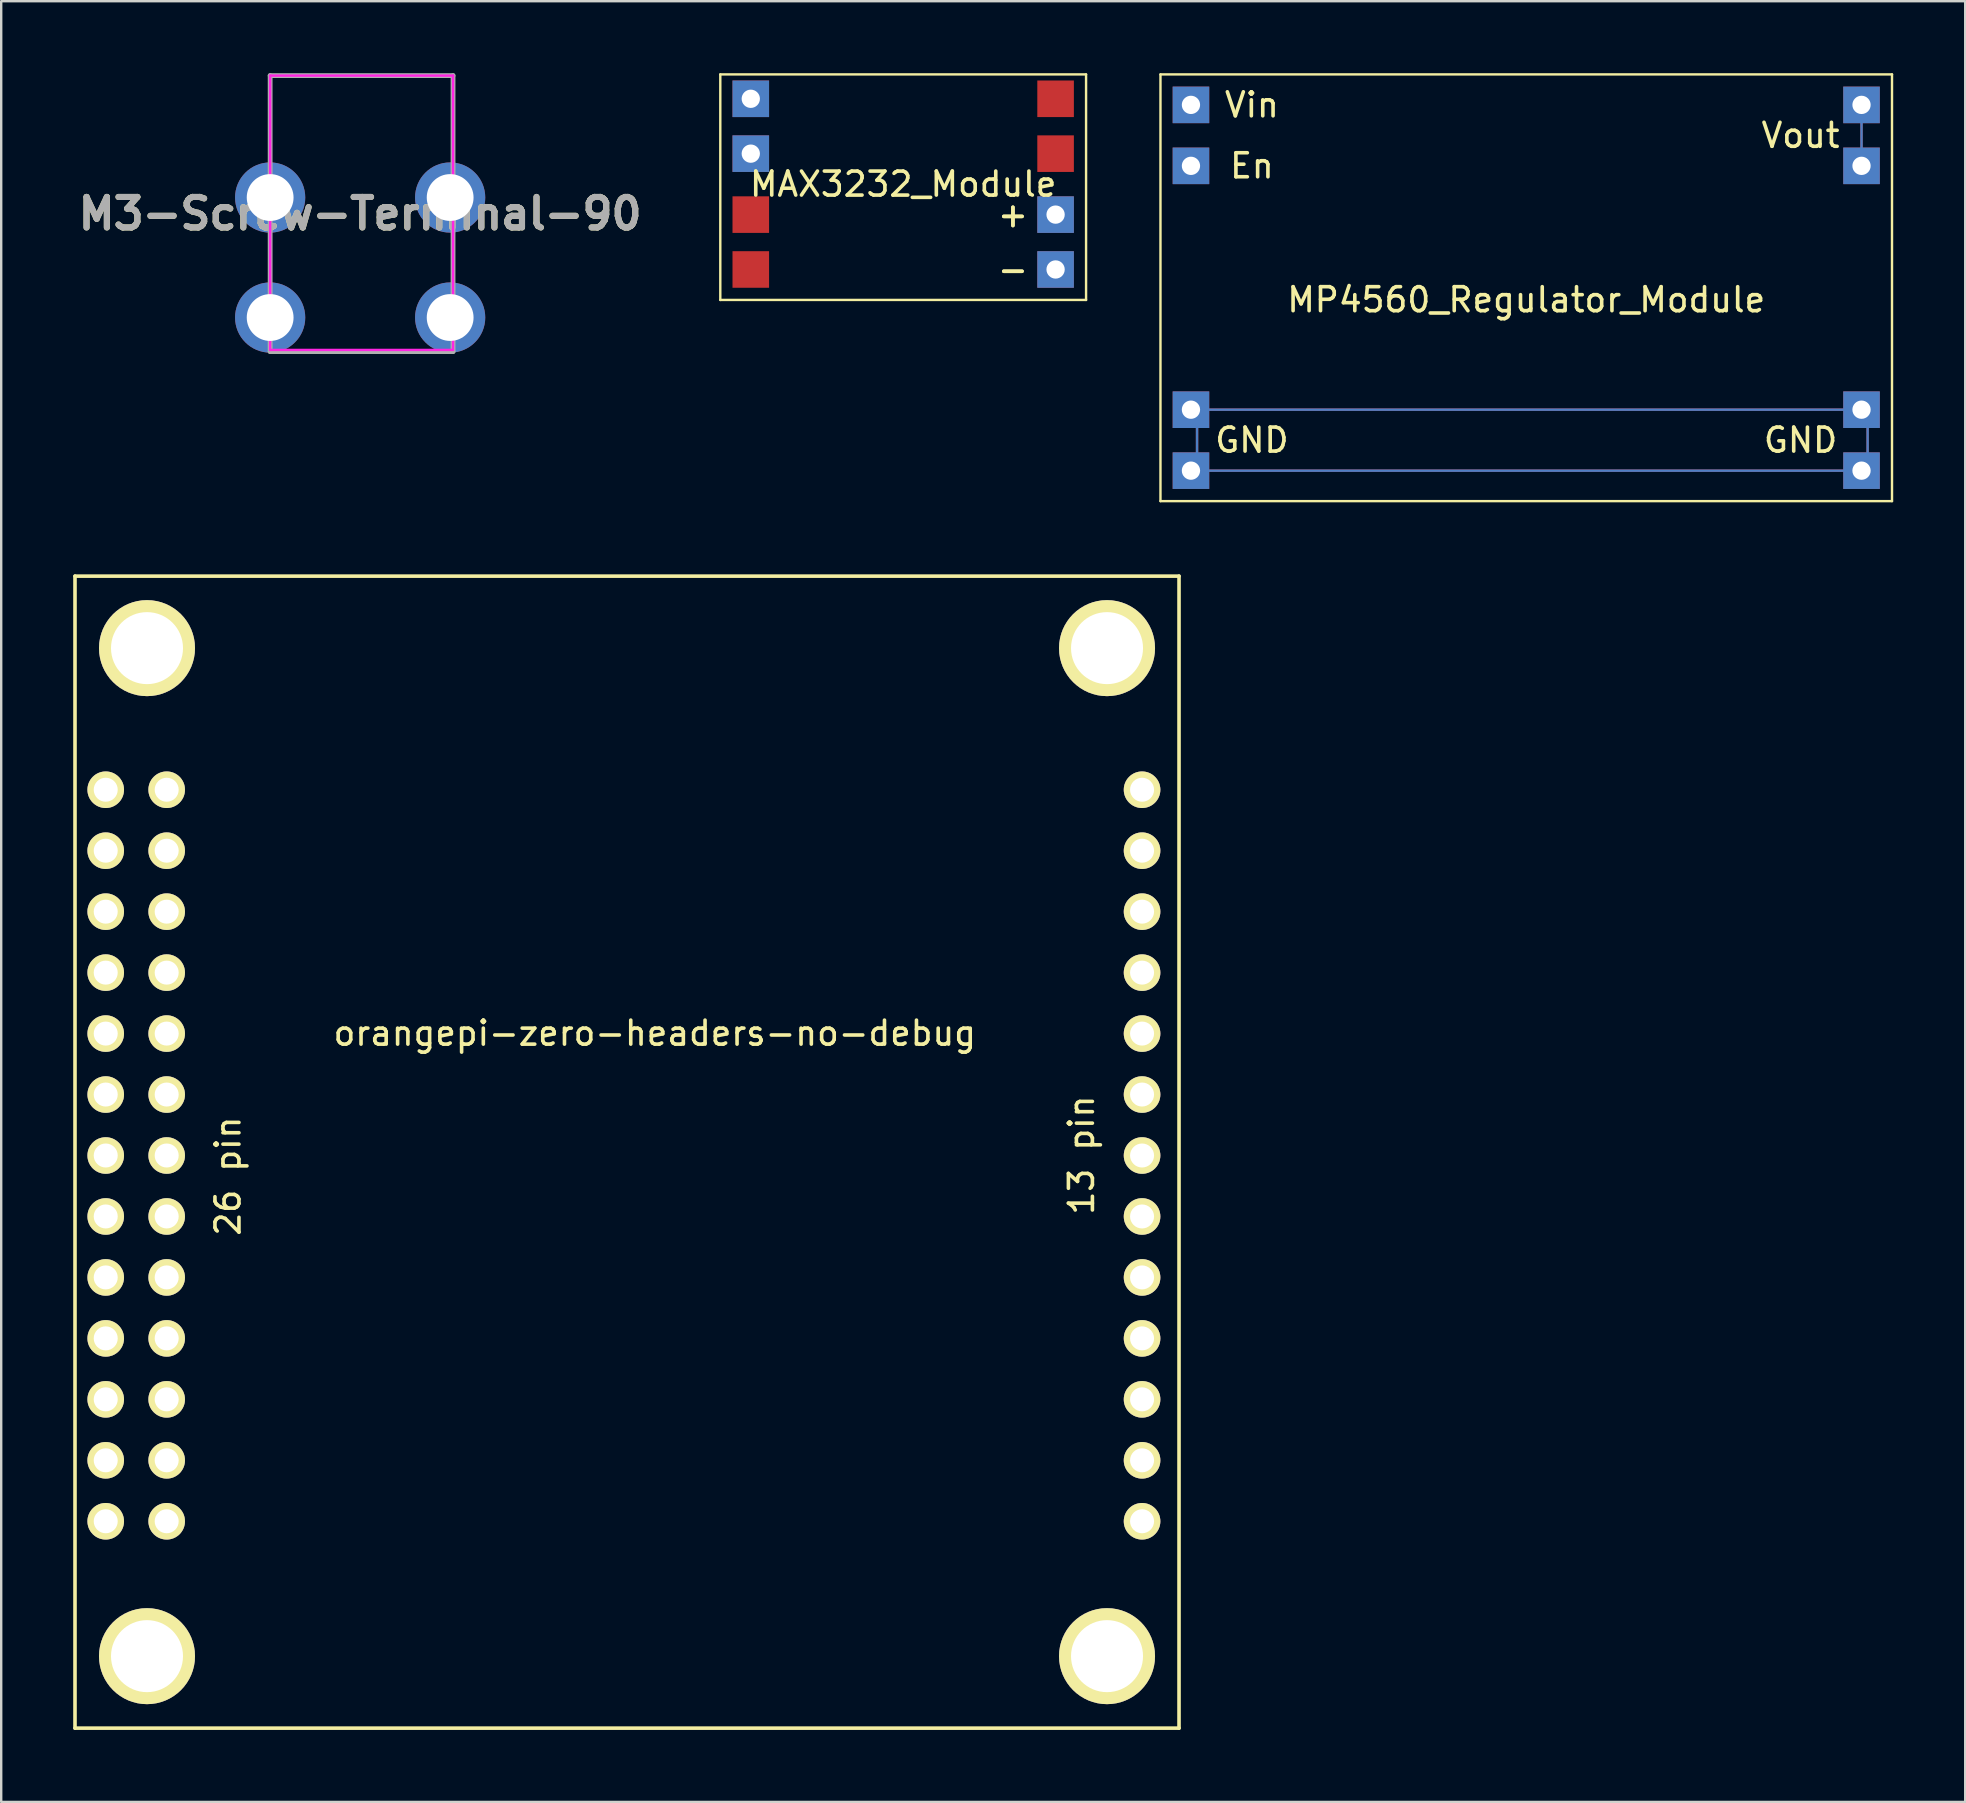
<source format=kicad_pcb>
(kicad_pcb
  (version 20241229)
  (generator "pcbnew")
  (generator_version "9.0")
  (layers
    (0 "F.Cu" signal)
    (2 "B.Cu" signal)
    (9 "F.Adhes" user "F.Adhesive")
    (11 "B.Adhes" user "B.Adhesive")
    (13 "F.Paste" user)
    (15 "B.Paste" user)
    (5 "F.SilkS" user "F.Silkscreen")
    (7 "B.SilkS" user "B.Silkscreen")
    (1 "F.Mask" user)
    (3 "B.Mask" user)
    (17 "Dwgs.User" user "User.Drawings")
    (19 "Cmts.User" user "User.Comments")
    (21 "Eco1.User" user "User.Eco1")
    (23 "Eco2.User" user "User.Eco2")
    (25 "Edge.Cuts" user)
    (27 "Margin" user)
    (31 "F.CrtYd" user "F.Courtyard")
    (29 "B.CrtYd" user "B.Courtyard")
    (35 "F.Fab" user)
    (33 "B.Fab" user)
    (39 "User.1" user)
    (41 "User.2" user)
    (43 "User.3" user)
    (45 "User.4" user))
  (footprint "MAX3232_Module"
    (layer "F.Cu")
    (at 28.232 4.622)
    (property "Reference" "MAX3232_Module" (at 6.35 0 180) (layer "F.SilkS") (effects (font (size 1 1) (thickness 0.15))))
    (attr through_hole)
    (fp_line (start -1.27 -4.572) (end -1.27 4.826) (stroke (width 0.1) (type solid)) (layer "F.SilkS"))
    (fp_line (start -1.27 4.826) (end 13.97 4.826) (stroke (width 0.1) (type solid)) (layer "F.SilkS"))
    (fp_line (start 13.97 -4.572) (end -1.27 -4.572) (stroke (width 0.1) (type solid)) (layer "F.SilkS"))
    (fp_line (start 13.97 4.826) (end 13.97 -4.572) (stroke (width 0.1) (type solid)) (layer "F.SilkS"))
    (fp_text user "-" (at 10.922 3.556 0) (layer "F.SilkS") (effects (font (size 1 1) (thickness 0.15))))
    (fp_text user "-" (at 10.922 3.556 180) (layer "F.SilkS") (effects (font (size 1 1) (thickness 0.15))))
    (fp_text user "+" (at 10.922 1.27 180) (layer "F.SilkS") (effects (font (size 1 1) (thickness 0.15))))
    (fp_text user "+" (at 10.922 1.27 0) (layer "F.SilkS") (effects (font (size 1 1) (thickness 0.15))))
    (pad "1" thru_hole rect (at 0 -3.556) (size 1.524 1.524) (drill 0.762) (layers "*.Cu" "*.Mask"))
    (pad "2" thru_hole rect (at 0 -1.27) (size 1.524 1.524) (drill 0.762) (layers "*.Cu" "*.Mask"))
    (pad "3" connect rect (at 0 1.27) (size 1.524 1.524) (layers "F.Cu" "F.Mask"))
    (pad "4" connect rect (at 0 3.556) (size 1.524 1.524) (layers "F.Cu" "F.Mask"))
    (pad "5" thru_hole rect (at 12.7 3.556) (size 1.524 1.524) (drill 0.762) (layers "*.Cu" "*.Mask"))
    (pad "6" thru_hole rect (at 12.7 1.27) (size 1.524 1.524) (drill 0.762) (layers "*.Cu" "*.Mask"))
    (pad "7" connect rect (at 12.7 -1.27) (size 1.524 1.524) (layers "F.Cu" "F.Mask"))
    (pad "8" connect rect (at 12.7 -3.556) (size 1.524 1.524) (layers "F.Cu" "F.Mask")))
  (footprint "MP4560_Regulator_Module"
    (layer "F.Cu")
    (at 46.572 1.32)
    (property "Reference" "MP4560_Regulator_Module" (at 13.97 8.12 180) (layer "F.SilkS") (effects (font (size 1 1) (thickness 0.15))))
    (attr through_hole)
    (fp_line (start -1.27 -1.27) (end -1.27 16.51) (stroke (width 0.1) (type solid)) (layer "F.SilkS"))
    (fp_line (start -1.27 16.51) (end 29.21 16.51) (stroke (width 0.1) (type solid)) (layer "F.SilkS"))
    (fp_line (start 29.21 -1.27) (end -1.27 -1.27) (stroke (width 0.1) (type solid)) (layer "F.SilkS"))
    (fp_line (start 29.21 16.51) (end 29.21 -1.27) (stroke (width 0.1) (type solid)) (layer "F.SilkS"))
    (fp_text user "En" (at 2.54 2.54 180) (layer "F.SilkS") (effects (font (size 1 1) (thickness 0.15))))
    (fp_text user "GND" (at 25.4 13.97 0) (layer "F.SilkS") (effects (font (size 1 1) (thickness 0.15))))
    (fp_text user "Vin" (at 2.54 0 180) (layer "F.SilkS") (effects (font (size 1 1) (thickness 0.15))))
    (fp_text user "Vout" (at 25.4 1.27 180) (layer "F.SilkS") (effects (font (size 1 1) (thickness 0.15))))
    (fp_text user "GND" (at 2.54 13.97 180) (layer "F.SilkS") (effects (font (size 1 1) (thickness 0.15))))
    (pad "1" thru_hole rect (at 0 0) (size 1.524 1.524) (drill 0.762) (layers "*.Cu" "*.Mask"))
    (pad "2" thru_hole rect (at 0 2.54) (size 1.524 1.524) (drill 0.762) (layers "*.Cu" "*.Mask"))
    (pad "3" thru_hole custom (at 0 12.7) (size 1.524 1.524) (drill 0.762) (layers "*.Mask" "F.Cu") (options (anchor rect)) (primitives (gr_line (start 28.194 0) (end 0.254 0) (width 0.1)) (gr_line (start 28.194 0) (end 28.194 2.54) (width 0.1)) (gr_line (start 28.194 2.54) (end 0.254 2.54) (width 0.1)) (gr_line (start 0.254 2.54) (end 0.254 0) (width 0.1))))
    (pad "4" thru_hole rect (at 0 15.24) (size 1.524 1.524) (drill 0.762) (layers "*.Cu" "*.Mask"))
    (pad "5" thru_hole rect (at 27.94 15.24) (size 1.524 1.524) (drill 0.762) (layers "*.Cu" "*.Mask"))
    (pad "6" thru_hole rect (at 27.94 12.7) (size 1.524 1.524) (drill 0.762) (layers "*.Cu" "*.Mask"))
    (pad "7" thru_hole rect (at 27.94 2.54) (size 1.524 1.524) (drill 0.762) (layers "*.Cu" "*.Mask"))
    (pad "8" thru_hole custom (at 27.94 0) (size 1.524 1.524) (drill 0.762) (layers "*.Cu" "*.Mask") (options (anchor rect)) (primitives (gr_line (start 0 2.54) (end 0 0) (width 0.1)))))
  (footprint "M3-Screw-Terminal-90"
    (layer "F.Cu")
    (at 8.206 5.18)
    (property "Reference" "M3-Screw-Terminal-90" (at 3.75 0.672 180) (layer "F.SilkS") (effects (font (size 1.27 1.27) (thickness 0.254))))
    (attr through_hole)
    (fp_line (start 0 -5.08) (end 7.62 -5.08) (stroke (width 0.1) (type solid)) (layer "F.SilkS"))
    (fp_line (start 0 -2.08) (end 0 -5.08) (stroke (width 0.1) (type solid)) (layer "F.SilkS"))
    (fp_line (start 0 1.92) (end 0 2.92) (stroke (width 0.1) (type solid)) (layer "F.SilkS"))
    (fp_line (start 1.25 6.42) (end 6.25 6.42) (stroke (width 0.1) (type solid)) (layer "F.SilkS"))
    (fp_line (start 7.62 -5.08) (end 7.62 -2.08) (stroke (width 0.1) (type solid)) (layer "F.SilkS"))
    (fp_line (start 7.62 1.92) (end 7.62 2.92) (stroke (width 0.1) (type solid)) (layer "F.SilkS"))
    (fp_line (start 0 -5.08) (end 7.62 -5.08) (stroke (width 0.1) (type solid)) (layer "F.CrtYd"))
    (fp_line (start 0 6.35) (end 0 -5.08) (stroke (width 0.1) (type solid)) (layer "F.CrtYd"))
    (fp_line (start 7.62 -5.08) (end 7.62 6.35) (stroke (width 0.1) (type solid)) (layer "F.CrtYd"))
    (fp_line (start 7.62 6.35) (end 0 6.35) (stroke (width 0.1) (type solid)) (layer "F.CrtYd"))
    (fp_line (start 0 -5.08) (end 7.62 -5.08) (stroke (width 0.2) (type solid)) (layer "F.Fab"))
    (fp_line (start 0 6.42) (end 0 -5.08) (stroke (width 0.2) (type solid)) (layer "F.Fab"))
    (fp_line (start 7.62 -5.08) (end 7.62 6.42) (stroke (width 0.2) (type solid)) (layer "F.Fab"))
    (fp_line (start 7.62 6.42) (end 0 6.42) (stroke (width 0.2) (type solid)) (layer "F.Fab"))
    (fp_text user "${REFERENCE}" (at 3.75 0.672 180) (layer "F.Fab") (effects (font (size 1.27 1.27) (thickness 0.254))))
    (pad "1" thru_hole circle (at 0 0) (size 2.925 2.925) (drill 1.95) (layers "*.Cu" "*.Mask"))
    (pad "2" thru_hole circle (at 7.5 0) (size 2.925 2.925) (drill 1.95) (layers "*.Cu" "*.Mask"))
    (pad "3" thru_hole circle (at 0 5) (size 2.925 2.925) (drill 1.95) (layers "*.Cu" "*.Mask"))
    (pad "4" thru_hole circle (at 7.5 5) (size 2.925 2.925) (drill 1.95) (layers "*.Cu" "*.Mask")))
  (footprint "orangepi-zero-headers-no-debug"
    (layer "F.Cu")
    (at 3.911 60.319)
    (property "Reference" "orangepi-zero-headers-no-debug" (at 20.32 -20.32 0) (layer "F.SilkS") (effects (font (size 1 1) (thickness 0.15))))
    (attr through_hole)
    (fp_line (start -3.836 -39.364) (end -3.836 8.636) (stroke (width 0.15) (type solid)) (layer "F.SilkS"))
    (fp_line (start -3.836 8.636) (end 42.164 8.636) (stroke (width 0.15) (type solid)) (layer "F.SilkS"))
    (fp_line (start 42.164 -39.364) (end -3.836 -39.364) (stroke (width 0.15) (type solid)) (layer "F.SilkS"))
    (fp_line (start 42.164 8.636) (end 42.164 -39.364) (stroke (width 0.15) (type solid)) (layer "F.SilkS"))
    (fp_text user "13 pin" (at 38.1 -15.24 90) (layer "F.SilkS") (effects (font (size 1 1) (thickness 0.15))))
    (fp_text user "26 pin" (at 2.54 -14.364 90) (layer "F.SilkS") (effects (font (size 1 1) (thickness 0.15))))
    (pad "" thru_hole circle (at -0.836 -36.364) (size 4 4) (drill 3) (layers "*.Cu" "*.Mask" "F.SilkS"))
    (pad "" thru_hole circle (at -0.836 5.636) (size 4 4) (drill 3) (layers "*.Cu" "*.Mask" "F.SilkS"))
    (pad "" thru_hole circle (at 39.164 -36.364) (size 4 4) (drill 3) (layers "*.Cu" "*.Mask" "F.SilkS"))
    (pad "" thru_hole circle (at 39.164 5.636) (size 4 4) (drill 3) (layers "*.Cu" "*.Mask" "F.SilkS"))
    (pad "1" thru_hole circle (at 40.624 -30.464) (size 1.524 1.524) (drill 1) (layers "*.Cu" "*.Mask" "F.SilkS"))
    (pad "2" thru_hole circle (at 40.624 -27.924) (size 1.524 1.524) (drill 1) (layers "*.Cu" "*.Mask" "F.SilkS"))
    (pad "3" thru_hole circle (at 40.624 -25.384) (size 1.524 1.524) (drill 1) (layers "*.Cu" "*.Mask" "F.SilkS"))
    (pad "4" thru_hole circle (at 40.624 -22.844) (size 1.524 1.524) (drill 1) (layers "*.Cu" "*.Mask" "F.SilkS"))
    (pad "5" thru_hole circle (at 40.624 -20.304) (size 1.524 1.524) (drill 1) (layers "*.Cu" "*.Mask" "F.SilkS"))
    (pad "6" thru_hole circle (at 40.624 -17.764) (size 1.524 1.524) (drill 1) (layers "*.Cu" "*.Mask" "F.SilkS"))
    (pad "7" thru_hole circle (at 40.624 -15.224) (size 1.524 1.524) (drill 1) (layers "*.Cu" "*.Mask" "F.SilkS"))
    (pad "8" thru_hole circle (at 40.624 -12.684) (size 1.524 1.524) (drill 1) (layers "*.Cu" "*.Mask" "F.SilkS"))
    (pad "9" thru_hole circle (at 40.624 -10.144) (size 1.524 1.524) (drill 1) (layers "*.Cu" "*.Mask" "F.SilkS"))
    (pad "10" thru_hole circle (at 40.624 -7.604) (size 1.524 1.524) (drill 1) (layers "*.Cu" "*.Mask" "F.SilkS"))
    (pad "11" thru_hole circle (at 40.624 -5.064) (size 1.524 1.524) (drill 1) (layers "*.Cu" "*.Mask" "F.SilkS"))
    (pad "12" thru_hole circle (at 40.624 -2.524) (size 1.524 1.524) (drill 1) (layers "*.Cu" "*.Mask" "F.SilkS"))
    (pad "13" thru_hole circle (at 40.624 0.016) (size 1.524 1.524) (drill 1) (layers "*.Cu" "*.Mask" "F.SilkS"))
    (pad "101" thru_hole circle (at -2.556 0.016) (size 1.524 1.524) (drill 1) (layers "*.Cu" "*.Mask" "F.SilkS"))
    (pad "102" thru_hole circle (at -0.016 0.016) (size 1.524 1.524) (drill 1) (layers "*.Cu" "*.Mask" "F.SilkS"))
    (pad "103" thru_hole circle (at -2.556 -2.524) (size 1.524 1.524) (drill 1) (layers "*.Cu" "*.Mask" "F.SilkS"))
    (pad "104" thru_hole circle (at -0.016 -2.524) (size 1.524 1.524) (drill 1) (layers "*.Cu" "*.Mask" "F.SilkS"))
    (pad "105" thru_hole circle (at -2.556 -5.064) (size 1.524 1.524) (drill 1) (layers "*.Cu" "*.Mask" "F.SilkS"))
    (pad "106" thru_hole circle (at -0.016 -5.064) (size 1.524 1.524) (drill 1) (layers "*.Cu" "*.Mask" "F.SilkS"))
    (pad "107" thru_hole circle (at -2.556 -7.604) (size 1.524 1.524) (drill 1) (layers "*.Cu" "*.Mask" "F.SilkS"))
    (pad "108" thru_hole circle (at -0.016 -7.604) (size 1.524 1.524) (drill 1) (layers "*.Cu" "*.Mask" "F.SilkS"))
    (pad "109" thru_hole circle (at -2.556 -10.144) (size 1.524 1.524) (drill 1) (layers "*.Cu" "*.Mask" "F.SilkS"))
    (pad "110" thru_hole circle (at -0.016 -10.144) (size 1.524 1.524) (drill 1) (layers "*.Cu" "*.Mask" "F.SilkS"))
    (pad "111" thru_hole circle (at -2.556 -12.684) (size 1.524 1.524) (drill 1) (layers "*.Cu" "*.Mask" "F.SilkS"))
    (pad "112" thru_hole circle (at -0.016 -12.684) (size 1.524 1.524) (drill 1) (layers "*.Cu" "*.Mask" "F.SilkS"))
    (pad "113" thru_hole circle (at -2.556 -15.224) (size 1.524 1.524) (drill 1) (layers "*.Cu" "*.Mask" "F.SilkS"))
    (pad "114" thru_hole circle (at -0.016 -15.224) (size 1.524 1.524) (drill 1) (layers "*.Cu" "*.Mask" "F.SilkS"))
    (pad "115" thru_hole circle (at -2.556 -17.764) (size 1.524 1.524) (drill 1) (layers "*.Cu" "*.Mask" "F.SilkS"))
    (pad "116" thru_hole circle (at -0.016 -17.764) (size 1.524 1.524) (drill 1) (layers "*.Cu" "*.Mask" "F.SilkS"))
    (pad "117" thru_hole circle (at -2.556 -20.304) (size 1.524 1.524) (drill 1) (layers "*.Cu" "*.Mask" "F.SilkS"))
    (pad "118" thru_hole circle (at -0.016 -20.304) (size 1.524 1.524) (drill 1) (layers "*.Cu" "*.Mask" "F.SilkS"))
    (pad "119" thru_hole circle (at -2.556 -22.844) (size 1.524 1.524) (drill 1) (layers "*.Cu" "*.Mask" "F.SilkS"))
    (pad "120" thru_hole circle (at -0.016 -22.844) (size 1.524 1.524) (drill 1) (layers "*.Cu" "*.Mask" "F.SilkS"))
    (pad "121" thru_hole circle (at -2.556 -25.384) (size 1.524 1.524) (drill 1) (layers "*.Cu" "*.Mask" "F.SilkS"))
    (pad "122" thru_hole circle (at -0.016 -25.384) (size 1.524 1.524) (drill 1) (layers "*.Cu" "*.Mask" "F.SilkS"))
    (pad "123" thru_hole circle (at -2.556 -27.924) (size 1.524 1.524) (drill 1) (layers "*.Cu" "*.Mask" "F.SilkS"))
    (pad "124" thru_hole circle (at -0.016 -27.924) (size 1.524 1.524) (drill 1) (layers "*.Cu" "*.Mask" "F.SilkS"))
    (pad "125" thru_hole circle (at -2.556 -30.464) (size 1.524 1.524) (drill 1) (layers "*.Cu" "*.Mask" "F.SilkS"))
    (pad "126" thru_hole circle (at -0.016 -30.464) (size 1.524 1.524) (drill 1) (layers "*.Cu" "*.Mask" "F.SilkS")))
  (gr_rect
    (start -3 -3)
    (end 78.832 72.03)
    (stroke (width 0.1) (type default))
    (fill no)
    (layer "Edge.Cuts")))
</source>
